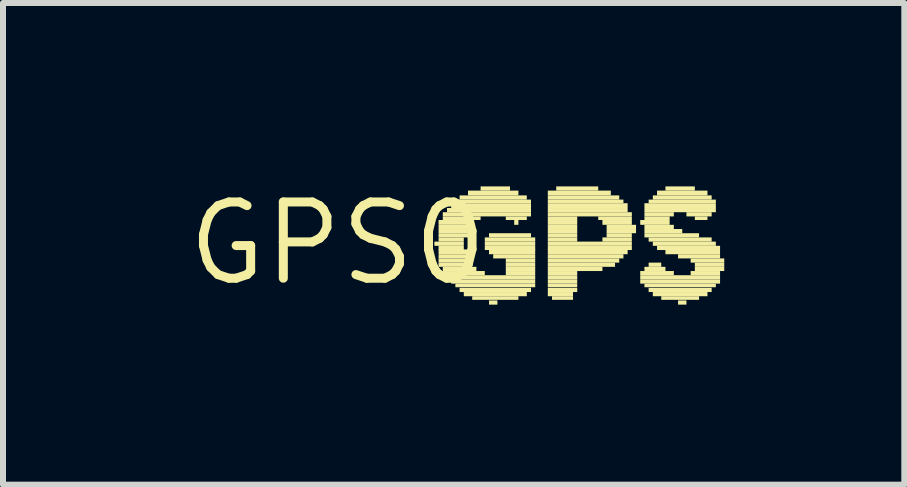
<source format=kicad_pcb>
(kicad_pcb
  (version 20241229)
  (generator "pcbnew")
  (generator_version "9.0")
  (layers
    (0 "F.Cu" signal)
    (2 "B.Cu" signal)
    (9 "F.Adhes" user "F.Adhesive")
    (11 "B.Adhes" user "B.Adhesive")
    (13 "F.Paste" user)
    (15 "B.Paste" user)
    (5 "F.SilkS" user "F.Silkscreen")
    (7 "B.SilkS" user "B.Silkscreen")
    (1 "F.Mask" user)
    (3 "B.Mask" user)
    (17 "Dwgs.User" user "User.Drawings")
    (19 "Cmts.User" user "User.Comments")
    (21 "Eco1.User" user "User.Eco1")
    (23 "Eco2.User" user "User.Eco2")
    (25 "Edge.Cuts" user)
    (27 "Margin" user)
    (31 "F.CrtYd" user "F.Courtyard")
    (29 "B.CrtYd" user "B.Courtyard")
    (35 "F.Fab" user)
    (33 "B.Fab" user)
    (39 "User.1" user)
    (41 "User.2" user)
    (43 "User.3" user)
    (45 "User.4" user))
  (footprint "GPS0"
    (layer "F.Cu")
    (at 2.578 1.006)
    (property "Reference" "GPS0" (at 0 0 0) (layer "F.SilkS") (effects (font (size 1.27 1.27) (thickness 0.15))))
    (attr through_hole)
    (fp_poly (pts (xy 1.61 0.04) (xy 2.1 0.04) (xy 2.1 -0.03) (xy 1.61 -0.03)) (stroke (width 0) (type solid)) (fill yes) (layer "F.SilkS"))
    (fp_poly (pts (xy 1.68 -0.31) (xy 2.24 -0.31) (xy 2.24 -0.39) (xy 1.68 -0.39)) (stroke (width 0) (type solid)) (fill yes) (layer "F.SilkS"))
    (fp_poly (pts (xy 1.68 -0.24) (xy 2.24 -0.24) (xy 2.24 -0.31) (xy 1.68 -0.31)) (stroke (width 0) (type solid)) (fill yes) (layer "F.SilkS"))
    (fp_poly (pts (xy 1.68 -0.17) (xy 2.17 -0.17) (xy 2.17 -0.24) (xy 1.68 -0.24)) (stroke (width 0) (type solid)) (fill yes) (layer "F.SilkS"))
    (fp_poly (pts (xy 1.68 -0.1) (xy 2.17 -0.1) (xy 2.17 -0.17) (xy 1.68 -0.17)) (stroke (width 0) (type solid)) (fill yes) (layer "F.SilkS"))
    (fp_poly (pts (xy 1.68 -0.03) (xy 2.1 -0.03) (xy 2.1 -0.1) (xy 1.68 -0.1)) (stroke (width 0) (type solid)) (fill yes) (layer "F.SilkS"))
    (fp_poly (pts (xy 1.68 0.11) (xy 2.1 0.11) (xy 2.1 0.04) (xy 1.68 0.04)) (stroke (width 0) (type solid)) (fill yes) (layer "F.SilkS"))
    (fp_poly (pts (xy 1.68 0.18) (xy 2.17 0.18) (xy 2.17 0.1) (xy 1.68 0.1)) (stroke (width 0) (type solid)) (fill yes) (layer "F.SilkS"))
    (fp_poly (pts (xy 1.68 0.25) (xy 2.17 0.25) (xy 2.17 0.18) (xy 1.68 0.18)) (stroke (width 0) (type solid)) (fill yes) (layer "F.SilkS"))
    (fp_poly (pts (xy 1.68 0.32) (xy 2.17 0.32) (xy 2.17 0.25) (xy 1.68 0.25)) (stroke (width 0) (type solid)) (fill yes) (layer "F.SilkS"))
    (fp_poly (pts (xy 1.68 0.39) (xy 2.24 0.39) (xy 2.24 0.32) (xy 1.68 0.32)) (stroke (width 0) (type solid)) (fill yes) (layer "F.SilkS"))
    (fp_poly (pts (xy 1.75 -0.45) (xy 3.22 -0.45) (xy 3.22 -0.52) (xy 1.75 -0.52)) (stroke (width 0) (type solid)) (fill yes) (layer "F.SilkS"))
    (fp_poly (pts (xy 1.75 -0.39) (xy 2.38 -0.39) (xy 2.38 -0.45) (xy 1.75 -0.45)) (stroke (width 0) (type solid)) (fill yes) (layer "F.SilkS"))
    (fp_poly (pts (xy 1.75 0.46) (xy 2.31 0.46) (xy 2.31 0.39) (xy 1.75 0.39)) (stroke (width 0) (type solid)) (fill yes) (layer "F.SilkS"))
    (fp_poly (pts (xy 1.75 0.53) (xy 2.45 0.53) (xy 2.45 0.46) (xy 1.75 0.46)) (stroke (width 0) (type solid)) (fill yes) (layer "F.SilkS"))
    (fp_poly (pts (xy 1.82 -0.52) (xy 3.22 -0.52) (xy 3.22 -0.59) (xy 1.82 -0.59)) (stroke (width 0) (type solid)) (fill yes) (layer "F.SilkS"))
    (fp_poly (pts (xy 1.82 0.6) (xy 3.29 0.6) (xy 3.29 0.53) (xy 1.82 0.53)) (stroke (width 0) (type solid)) (fill yes) (layer "F.SilkS"))
    (fp_poly (pts (xy 1.89 -0.59) (xy 3.22 -0.59) (xy 3.22 -0.67) (xy 1.89 -0.67)) (stroke (width 0) (type solid)) (fill yes) (layer "F.SilkS"))
    (fp_poly (pts (xy 1.89 0.67) (xy 3.29 0.67) (xy 3.29 0.6) (xy 1.89 0.6)) (stroke (width 0) (type solid)) (fill yes) (layer "F.SilkS"))
    (fp_poly (pts (xy 1.96 -0.67) (xy 3.22 -0.67) (xy 3.22 -0.73) (xy 1.96 -0.73)) (stroke (width 0) (type solid)) (fill yes) (layer "F.SilkS"))
    (fp_poly (pts (xy 1.96 0.73) (xy 3.29 0.73) (xy 3.29 0.67) (xy 1.96 0.67)) (stroke (width 0) (type solid)) (fill yes) (layer "F.SilkS"))
    (fp_poly (pts (xy 2.03 -0.73) (xy 3.15 -0.73) (xy 3.15 -0.8) (xy 2.03 -0.8)) (stroke (width 0) (type solid)) (fill yes) (layer "F.SilkS"))
    (fp_poly (pts (xy 2.03 0.81) (xy 3.22 0.81) (xy 3.22 0.74) (xy 2.03 0.74)) (stroke (width 0) (type solid)) (fill yes) (layer "F.SilkS"))
    (fp_poly (pts (xy 2.1 0.88) (xy 3.15 0.88) (xy 3.15 0.81) (xy 2.1 0.81)) (stroke (width 0) (type solid)) (fill yes) (layer "F.SilkS"))
    (fp_poly (pts (xy 2.17 -0.8) (xy 3.01 -0.8) (xy 3.01 -0.88) (xy 2.17 -0.88)) (stroke (width 0) (type solid)) (fill yes) (layer "F.SilkS"))
    (fp_poly (pts (xy 2.24 0.94) (xy 3.01 0.94) (xy 3.01 0.88) (xy 2.24 0.88)) (stroke (width 0) (type solid)) (fill yes) (layer "F.SilkS"))
    (fp_poly (pts (xy 2.38 -0.88) (xy 2.87 -0.88) (xy 2.87 -0.95) (xy 2.38 -0.95)) (stroke (width 0) (type solid)) (fill yes) (layer "F.SilkS"))
    (fp_poly (pts (xy 2.45 -0.03) (xy 3.29 -0.03) (xy 3.29 -0.1) (xy 2.45 -0.1)) (stroke (width 0) (type solid)) (fill yes) (layer "F.SilkS"))
    (fp_poly (pts (xy 2.45 0.04) (xy 3.29 0.04) (xy 3.29 -0.03) (xy 2.45 -0.03)) (stroke (width 0) (type solid)) (fill yes) (layer "F.SilkS"))
    (fp_poly (pts (xy 2.45 0.11) (xy 3.29 0.11) (xy 3.29 0.04) (xy 2.45 0.04)) (stroke (width 0) (type solid)) (fill yes) (layer "F.SilkS"))
    (fp_poly (pts (xy 2.52 -0.1) (xy 3.22 -0.1) (xy 3.22 -0.17) (xy 2.52 -0.17)) (stroke (width 0) (type solid)) (fill yes) (layer "F.SilkS"))
    (fp_poly (pts (xy 2.52 0.18) (xy 3.29 0.18) (xy 3.29 0.1) (xy 2.52 0.1)) (stroke (width 0) (type solid)) (fill yes) (layer "F.SilkS"))
    (fp_poly (pts (xy 2.52 1.02) (xy 2.66 1.02) (xy 2.66 0.95) (xy 2.52 0.95)) (stroke (width 0) (type solid)) (fill yes) (layer "F.SilkS"))
    (fp_poly (pts (xy 2.59 0.25) (xy 3.29 0.25) (xy 3.29 0.18) (xy 2.59 0.18)) (stroke (width 0) (type solid)) (fill yes) (layer "F.SilkS"))
    (fp_poly (pts (xy 2.8 -0.39) (xy 3.15 -0.39) (xy 3.15 -0.45) (xy 2.8 -0.45)) (stroke (width 0) (type solid)) (fill yes) (layer "F.SilkS"))
    (fp_poly (pts (xy 2.8 0.32) (xy 3.29 0.32) (xy 3.29 0.25) (xy 2.8 0.25)) (stroke (width 0) (type solid)) (fill yes) (layer "F.SilkS"))
    (fp_poly (pts (xy 2.8 0.39) (xy 3.29 0.39) (xy 3.29 0.32) (xy 2.8 0.32)) (stroke (width 0) (type solid)) (fill yes) (layer "F.SilkS"))
    (fp_poly (pts (xy 2.8 0.46) (xy 3.29 0.46) (xy 3.29 0.39) (xy 2.8 0.39)) (stroke (width 0) (type solid)) (fill yes) (layer "F.SilkS"))
    (fp_poly (pts (xy 2.8 0.53) (xy 3.29 0.53) (xy 3.29 0.46) (xy 2.8 0.46)) (stroke (width 0) (type solid)) (fill yes) (layer "F.SilkS"))
    (fp_poly (pts (xy 2.94 -0.31) (xy 3.01 -0.31) (xy 3.01 -0.39) (xy 2.94 -0.39)) (stroke (width 0) (type solid)) (fill yes) (layer "F.SilkS"))
    (fp_poly (pts (xy 3.5 -0.8) (xy 4.55 -0.8) (xy 4.55 -0.88) (xy 3.5 -0.88)) (stroke (width 0) (type solid)) (fill yes) (layer "F.SilkS"))
    (fp_poly (pts (xy 3.5 -0.73) (xy 4.69 -0.73) (xy 4.69 -0.8) (xy 3.5 -0.8)) (stroke (width 0) (type solid)) (fill yes) (layer "F.SilkS"))
    (fp_poly (pts (xy 3.5 -0.67) (xy 4.76 -0.67) (xy 4.76 -0.73) (xy 3.5 -0.73)) (stroke (width 0) (type solid)) (fill yes) (layer "F.SilkS"))
    (fp_poly (pts (xy 3.5 -0.59) (xy 4.83 -0.59) (xy 4.83 -0.67) (xy 3.5 -0.67)) (stroke (width 0) (type solid)) (fill yes) (layer "F.SilkS"))
    (fp_poly (pts (xy 3.5 -0.52) (xy 4.83 -0.52) (xy 4.83 -0.59) (xy 3.5 -0.59)) (stroke (width 0) (type solid)) (fill yes) (layer "F.SilkS"))
    (fp_poly (pts (xy 3.5 -0.45) (xy 4.9 -0.45) (xy 4.9 -0.52) (xy 3.5 -0.52)) (stroke (width 0) (type solid)) (fill yes) (layer "F.SilkS"))
    (fp_poly (pts (xy 3.5 -0.39) (xy 3.99 -0.39) (xy 3.99 -0.45) (xy 3.5 -0.45)) (stroke (width 0) (type solid)) (fill yes) (layer "F.SilkS"))
    (fp_poly (pts (xy 3.5 -0.31) (xy 3.99 -0.31) (xy 3.99 -0.39) (xy 3.5 -0.39)) (stroke (width 0) (type solid)) (fill yes) (layer "F.SilkS"))
    (fp_poly (pts (xy 3.5 -0.24) (xy 3.99 -0.24) (xy 3.99 -0.31) (xy 3.5 -0.31)) (stroke (width 0) (type solid)) (fill yes) (layer "F.SilkS"))
    (fp_poly (pts (xy 3.5 -0.17) (xy 3.99 -0.17) (xy 3.99 -0.24) (xy 3.5 -0.24)) (stroke (width 0) (type solid)) (fill yes) (layer "F.SilkS"))
    (fp_poly (pts (xy 3.5 -0.1) (xy 3.99 -0.1) (xy 3.99 -0.17) (xy 3.5 -0.17)) (stroke (width 0) (type solid)) (fill yes) (layer "F.SilkS"))
    (fp_poly (pts (xy 3.5 -0.03) (xy 3.99 -0.03) (xy 3.99 -0.1) (xy 3.5 -0.1)) (stroke (width 0) (type solid)) (fill yes) (layer "F.SilkS"))
    (fp_poly (pts (xy 3.5 0.04) (xy 4.9 0.04) (xy 4.9 -0.03) (xy 3.5 -0.03)) (stroke (width 0) (type solid)) (fill yes) (layer "F.SilkS"))
    (fp_poly (pts (xy 3.5 0.11) (xy 4.9 0.11) (xy 4.9 0.04) (xy 3.5 0.04)) (stroke (width 0) (type solid)) (fill yes) (layer "F.SilkS"))
    (fp_poly (pts (xy 3.5 0.18) (xy 4.83 0.18) (xy 4.83 0.1) (xy 3.5 0.1)) (stroke (width 0) (type solid)) (fill yes) (layer "F.SilkS"))
    (fp_poly (pts (xy 3.5 0.25) (xy 4.76 0.25) (xy 4.76 0.18) (xy 3.5 0.18)) (stroke (width 0) (type solid)) (fill yes) (layer "F.SilkS"))
    (fp_poly (pts (xy 3.5 0.32) (xy 4.69 0.32) (xy 4.69 0.25) (xy 3.5 0.25)) (stroke (width 0) (type solid)) (fill yes) (layer "F.SilkS"))
    (fp_poly (pts (xy 3.5 0.39) (xy 4.62 0.39) (xy 4.62 0.32) (xy 3.5 0.32)) (stroke (width 0) (type solid)) (fill yes) (layer "F.SilkS"))
    (fp_poly (pts (xy 3.5 0.46) (xy 4.41 0.46) (xy 4.41 0.39) (xy 3.5 0.39)) (stroke (width 0) (type solid)) (fill yes) (layer "F.SilkS"))
    (fp_poly (pts (xy 3.5 0.53) (xy 3.99 0.53) (xy 3.99 0.46) (xy 3.5 0.46)) (stroke (width 0) (type solid)) (fill yes) (layer "F.SilkS"))
    (fp_poly (pts (xy 3.5 0.6) (xy 3.99 0.6) (xy 3.99 0.53) (xy 3.5 0.53)) (stroke (width 0) (type solid)) (fill yes) (layer "F.SilkS"))
    (fp_poly (pts (xy 3.5 0.67) (xy 3.99 0.67) (xy 3.99 0.6) (xy 3.5 0.6)) (stroke (width 0) (type solid)) (fill yes) (layer "F.SilkS"))
    (fp_poly (pts (xy 3.5 0.73) (xy 3.99 0.73) (xy 3.99 0.67) (xy 3.5 0.67)) (stroke (width 0) (type solid)) (fill yes) (layer "F.SilkS"))
    (fp_poly (pts (xy 3.5 0.81) (xy 3.99 0.81) (xy 3.99 0.74) (xy 3.5 0.74)) (stroke (width 0) (type solid)) (fill yes) (layer "F.SilkS"))
    (fp_poly (pts (xy 3.5 0.88) (xy 3.92 0.88) (xy 3.92 0.81) (xy 3.5 0.81)) (stroke (width 0) (type solid)) (fill yes) (layer "F.SilkS"))
    (fp_poly (pts (xy 3.57 0.94) (xy 3.92 0.94) (xy 3.92 0.88) (xy 3.57 0.88)) (stroke (width 0) (type solid)) (fill yes) (layer "F.SilkS"))
    (fp_poly (pts (xy 3.64 -0.88) (xy 4.34 -0.88) (xy 4.34 -0.95) (xy 3.64 -0.95)) (stroke (width 0) (type solid)) (fill yes) (layer "F.SilkS"))
    (fp_poly (pts (xy 4.34 -0.39) (xy 4.9 -0.39) (xy 4.9 -0.45) (xy 4.34 -0.45)) (stroke (width 0) (type solid)) (fill yes) (layer "F.SilkS"))
    (fp_poly (pts (xy 4.41 -0.31) (xy 4.9 -0.31) (xy 4.9 -0.39) (xy 4.41 -0.39)) (stroke (width 0) (type solid)) (fill yes) (layer "F.SilkS"))
    (fp_poly (pts (xy 4.41 -0.03) (xy 4.9 -0.03) (xy 4.9 -0.1) (xy 4.41 -0.1)) (stroke (width 0) (type solid)) (fill yes) (layer "F.SilkS"))
    (fp_poly (pts (xy 4.48 -0.24) (xy 4.97 -0.24) (xy 4.97 -0.31) (xy 4.48 -0.31)) (stroke (width 0) (type solid)) (fill yes) (layer "F.SilkS"))
    (fp_poly (pts (xy 4.48 -0.17) (xy 4.97 -0.17) (xy 4.97 -0.24) (xy 4.48 -0.24)) (stroke (width 0) (type solid)) (fill yes) (layer "F.SilkS"))
    (fp_poly (pts (xy 4.48 -0.1) (xy 4.9 -0.1) (xy 4.9 -0.17) (xy 4.48 -0.17)) (stroke (width 0) (type solid)) (fill yes) (layer "F.SilkS"))
    (fp_poly (pts (xy 5.04 -0.31) (xy 5.53 -0.31) (xy 5.53 -0.39) (xy 5.04 -0.39)) (stroke (width 0) (type solid)) (fill yes) (layer "F.SilkS"))
    (fp_poly (pts (xy 5.04 0.53) (xy 5.6 0.53) (xy 5.6 0.46) (xy 5.04 0.46)) (stroke (width 0) (type solid)) (fill yes) (layer "F.SilkS"))
    (fp_poly (pts (xy 5.04 0.6) (xy 6.37 0.6) (xy 6.37 0.53) (xy 5.04 0.53)) (stroke (width 0) (type solid)) (fill yes) (layer "F.SilkS"))
    (fp_poly (pts (xy 5.04 0.67) (xy 6.37 0.67) (xy 6.37 0.6) (xy 5.04 0.6)) (stroke (width 0) (type solid)) (fill yes) (layer "F.SilkS"))
    (fp_poly (pts (xy 5.11 -0.59) (xy 6.3 -0.59) (xy 6.3 -0.67) (xy 5.11 -0.67)) (stroke (width 0) (type solid)) (fill yes) (layer "F.SilkS"))
    (fp_poly (pts (xy 5.11 -0.52) (xy 6.3 -0.52) (xy 6.3 -0.59) (xy 5.11 -0.59)) (stroke (width 0) (type solid)) (fill yes) (layer "F.SilkS"))
    (fp_poly (pts (xy 5.11 -0.45) (xy 5.6 -0.45) (xy 5.6 -0.52) (xy 5.11 -0.52)) (stroke (width 0) (type solid)) (fill yes) (layer "F.SilkS"))
    (fp_poly (pts (xy 5.11 -0.39) (xy 5.53 -0.39) (xy 5.53 -0.45) (xy 5.11 -0.45)) (stroke (width 0) (type solid)) (fill yes) (layer "F.SilkS"))
    (fp_poly (pts (xy 5.11 -0.24) (xy 5.6 -0.24) (xy 5.6 -0.31) (xy 5.11 -0.31)) (stroke (width 0) (type solid)) (fill yes) (layer "F.SilkS"))
    (fp_poly (pts (xy 5.11 -0.17) (xy 5.74 -0.17) (xy 5.74 -0.24) (xy 5.11 -0.24)) (stroke (width 0) (type solid)) (fill yes) (layer "F.SilkS"))
    (fp_poly (pts (xy 5.11 -0.1) (xy 6.02 -0.1) (xy 6.02 -0.17) (xy 5.11 -0.17)) (stroke (width 0) (type solid)) (fill yes) (layer "F.SilkS"))
    (fp_poly (pts (xy 5.11 0.46) (xy 5.46 0.46) (xy 5.46 0.39) (xy 5.11 0.39)) (stroke (width 0) (type solid)) (fill yes) (layer "F.SilkS"))
    (fp_poly (pts (xy 5.11 0.73) (xy 6.3 0.73) (xy 6.3 0.67) (xy 5.11 0.67)) (stroke (width 0) (type solid)) (fill yes) (layer "F.SilkS"))
    (fp_poly (pts (xy 5.18 -0.67) (xy 6.3 -0.67) (xy 6.3 -0.73) (xy 5.18 -0.73)) (stroke (width 0) (type solid)) (fill yes) (layer "F.SilkS"))
    (fp_poly (pts (xy 5.18 -0.03) (xy 6.23 -0.03) (xy 6.23 -0.1) (xy 5.18 -0.1)) (stroke (width 0) (type solid)) (fill yes) (layer "F.SilkS"))
    (fp_poly (pts (xy 5.18 0.39) (xy 5.39 0.39) (xy 5.39 0.32) (xy 5.18 0.32)) (stroke (width 0) (type solid)) (fill yes) (layer "F.SilkS"))
    (fp_poly (pts (xy 5.18 0.81) (xy 6.23 0.81) (xy 6.23 0.74) (xy 5.18 0.74)) (stroke (width 0) (type solid)) (fill yes) (layer "F.SilkS"))
    (fp_poly (pts (xy 5.25 -0.73) (xy 6.23 -0.73) (xy 6.23 -0.8) (xy 5.25 -0.8)) (stroke (width 0) (type solid)) (fill yes) (layer "F.SilkS"))
    (fp_poly (pts (xy 5.25 0.04) (xy 6.3 0.04) (xy 6.3 -0.03) (xy 5.25 -0.03)) (stroke (width 0) (type solid)) (fill yes) (layer "F.SilkS"))
    (fp_poly (pts (xy 5.25 0.88) (xy 6.16 0.88) (xy 6.16 0.81) (xy 5.25 0.81)) (stroke (width 0) (type solid)) (fill yes) (layer "F.SilkS"))
    (fp_poly (pts (xy 5.32 -0.8) (xy 6.16 -0.8) (xy 6.16 -0.88) (xy 5.32 -0.88)) (stroke (width 0) (type solid)) (fill yes) (layer "F.SilkS"))
    (fp_poly (pts (xy 5.32 0.11) (xy 6.37 0.11) (xy 6.37 0.04) (xy 5.32 0.04)) (stroke (width 0) (type solid)) (fill yes) (layer "F.SilkS"))
    (fp_poly (pts (xy 5.39 0.94) (xy 6.02 0.94) (xy 6.02 0.88) (xy 5.39 0.88)) (stroke (width 0) (type solid)) (fill yes) (layer "F.SilkS"))
    (fp_poly (pts (xy 5.46 -0.88) (xy 5.95 -0.88) (xy 5.95 -0.95) (xy 5.46 -0.95)) (stroke (width 0) (type solid)) (fill yes) (layer "F.SilkS"))
    (fp_poly (pts (xy 5.46 0.18) (xy 6.37 0.18) (xy 6.37 0.1) (xy 5.46 0.1)) (stroke (width 0) (type solid)) (fill yes) (layer "F.SilkS"))
    (fp_poly (pts (xy 5.67 0.25) (xy 6.37 0.25) (xy 6.37 0.18) (xy 5.67 0.18)) (stroke (width 0) (type solid)) (fill yes) (layer "F.SilkS"))
    (fp_poly (pts (xy 5.67 1.02) (xy 5.81 1.02) (xy 5.81 0.95) (xy 5.67 0.95)) (stroke (width 0) (type solid)) (fill yes) (layer "F.SilkS"))
    (fp_poly (pts (xy 5.81 -0.45) (xy 6.23 -0.45) (xy 6.23 -0.52) (xy 5.81 -0.52)) (stroke (width 0) (type solid)) (fill yes) (layer "F.SilkS"))
    (fp_poly (pts (xy 5.88 0.32) (xy 6.44 0.32) (xy 6.44 0.25) (xy 5.88 0.25)) (stroke (width 0) (type solid)) (fill yes) (layer "F.SilkS"))
    (fp_poly (pts (xy 5.88 0.53) (xy 6.37 0.53) (xy 6.37 0.46) (xy 5.88 0.46)) (stroke (width 0) (type solid)) (fill yes) (layer "F.SilkS"))
    (fp_poly (pts (xy 5.95 -0.39) (xy 6.16 -0.39) (xy 6.16 -0.45) (xy 5.95 -0.45)) (stroke (width 0) (type solid)) (fill yes) (layer "F.SilkS"))
    (fp_poly (pts (xy 5.95 0.39) (xy 6.44 0.39) (xy 6.44 0.32) (xy 5.95 0.32)) (stroke (width 0) (type solid)) (fill yes) (layer "F.SilkS"))
    (fp_poly (pts (xy 5.95 0.46) (xy 6.44 0.46) (xy 6.44 0.39) (xy 5.95 0.39)) (stroke (width 0) (type solid)) (fill yes) (layer "F.SilkS")))
  (gr_rect
    (start -3 -3)
    (end 12.018 5.026)
    (stroke (width 0.1) (type default))
    (fill no)
    (layer "Edge.Cuts")))
</source>
